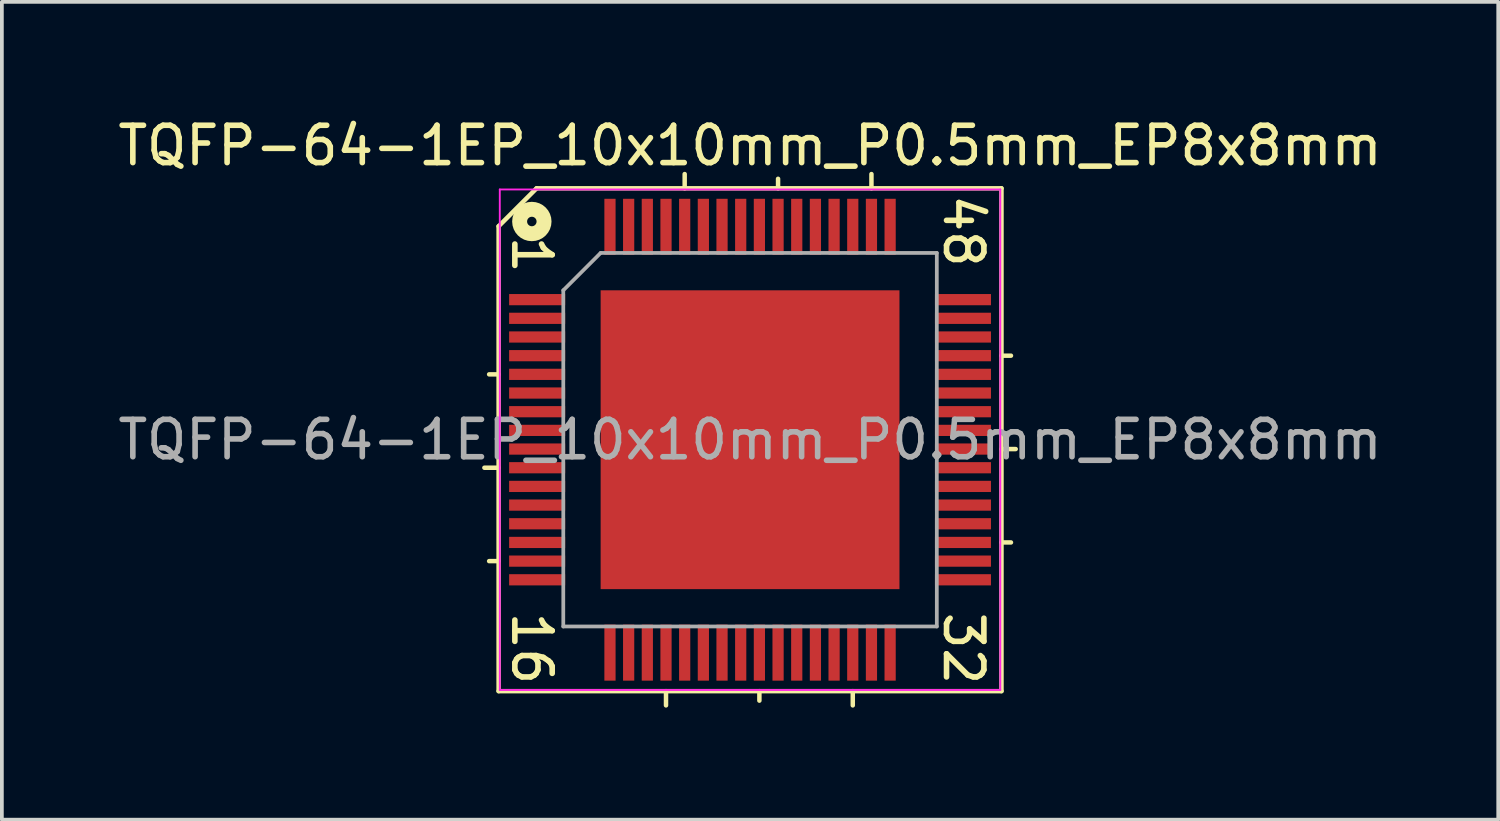
<source format=kicad_pcb>
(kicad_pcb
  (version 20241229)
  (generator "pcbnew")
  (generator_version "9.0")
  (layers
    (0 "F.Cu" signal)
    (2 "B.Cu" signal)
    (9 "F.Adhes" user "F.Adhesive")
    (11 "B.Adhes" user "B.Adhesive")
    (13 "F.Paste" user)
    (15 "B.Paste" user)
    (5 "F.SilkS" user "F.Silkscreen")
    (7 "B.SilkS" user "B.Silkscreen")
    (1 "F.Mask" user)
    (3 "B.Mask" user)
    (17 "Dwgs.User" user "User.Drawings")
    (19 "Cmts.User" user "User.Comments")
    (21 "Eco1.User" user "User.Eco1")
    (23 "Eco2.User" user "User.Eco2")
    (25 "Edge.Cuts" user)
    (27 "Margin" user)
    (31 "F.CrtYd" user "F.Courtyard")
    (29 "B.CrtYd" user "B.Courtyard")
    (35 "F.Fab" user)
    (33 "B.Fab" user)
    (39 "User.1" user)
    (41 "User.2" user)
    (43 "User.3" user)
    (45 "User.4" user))
  (footprint "TQFP-64-1EP_10x10mm_P0.5mm_EP8x8mm"
    (layer "F.Cu")
    (at 17.03 8.722)
    (property "Reference" "TQFP-64-1EP_10x10mm_P0.5mm_EP8x8mm" (at 0 -7.874 0) (layer "F.SilkS") (effects (font (size 1 1) (thickness 0.15))))
    (attr smd)
    (fp_line (start -6.731 -5.715) (end -6.731 6.731) (stroke (width 0.12) (type solid)) (layer "F.SilkS"))
    (fp_line (start -6.731 -1.75) (end -6.985 -1.75) (stroke (width 0.12) (type solid)) (layer "F.SilkS"))
    (fp_line (start -6.731 0.75) (end -7.112 0.75) (stroke (width 0.12) (type solid)) (layer "F.SilkS"))
    (fp_line (start -6.731 3.25) (end -6.985 3.25) (stroke (width 0.12) (type solid)) (layer "F.SilkS"))
    (fp_line (start -6.731 6.731) (end 6.731 6.731) (stroke (width 0.12) (type solid)) (layer "F.SilkS"))
    (fp_line (start -5.715 -6.731) (end -6.731 -5.715) (stroke (width 0.12) (type solid)) (layer "F.SilkS"))
    (fp_line (start -2.25 6.731) (end -2.25 7.112) (stroke (width 0.12) (type solid)) (layer "F.SilkS"))
    (fp_line (start -1.75 -6.731) (end -1.75 -7.112) (stroke (width 0.12) (type solid)) (layer "F.SilkS"))
    (fp_line (start 0.25 6.731) (end 0.25 6.985) (stroke (width 0.12) (type solid)) (layer "F.SilkS"))
    (fp_line (start 0.75 -6.731) (end 0.75 -6.985) (stroke (width 0.12) (type solid)) (layer "F.SilkS"))
    (fp_line (start 2.75 7.112) (end 2.75 6.731) (stroke (width 0.12) (type solid)) (layer "F.SilkS"))
    (fp_line (start 3.25 -6.731) (end 3.25 -7.112) (stroke (width 0.12) (type solid)) (layer "F.SilkS"))
    (fp_line (start 6.731 -6.731) (end -5.715 -6.731) (stroke (width 0.12) (type solid)) (layer "F.SilkS"))
    (fp_line (start 6.731 -2.25) (end 6.985 -2.25) (stroke (width 0.12) (type solid)) (layer "F.SilkS"))
    (fp_line (start 6.731 0.25) (end 7.112 0.25) (stroke (width 0.12) (type solid)) (layer "F.SilkS"))
    (fp_line (start 6.731 2.75) (end 6.985 2.75) (stroke (width 0.12) (type solid)) (layer "F.SilkS"))
    (fp_line (start 6.731 6.731) (end 6.731 -6.731) (stroke (width 0.12) (type solid)) (layer "F.SilkS"))
    (fp_circle (center -5.842 -5.842) (end -5.715 -5.842) (stroke (width 0.4) (type solid)) (fill no) (layer "F.SilkS"))
    (fp_line (start -6.7 -6.7) (end -6.7 6.7) (stroke (width 0.05) (type solid)) (layer "F.CrtYd"))
    (fp_line (start -6.7 -6.7) (end 6.7 -6.7) (stroke (width 0.05) (type solid)) (layer "F.CrtYd"))
    (fp_line (start -6.7 6.7) (end 6.7 6.7) (stroke (width 0.05) (type solid)) (layer "F.CrtYd"))
    (fp_line (start 6.7 -6.7) (end 6.7 6.7) (stroke (width 0.05) (type solid)) (layer "F.CrtYd"))
    (fp_line (start -5 -4) (end -4 -5) (stroke (width 0.1) (type solid)) (layer "F.Fab"))
    (fp_line (start -5 5) (end -5 -4) (stroke (width 0.1) (type solid)) (layer "F.Fab"))
    (fp_line (start -4 -5) (end 5 -5) (stroke (width 0.1) (type solid)) (layer "F.Fab"))
    (fp_line (start 5 -5) (end 5 5) (stroke (width 0.1) (type solid)) (layer "F.Fab"))
    (fp_line (start 5 5) (end -5 5) (stroke (width 0.1) (type solid)) (layer "F.Fab"))
    (fp_text user "48" (at 5.715 -5.588 270) (unlocked yes) (layer "F.SilkS") (effects (font (size 1 1) (thickness 0.15))))
    (fp_text user "16" (at -5.842 5.588 270) (unlocked yes) (layer "F.SilkS") (effects (font (size 1 1) (thickness 0.15))))
    (fp_text user "1" (at -5.842 -4.953 270) (unlocked yes) (layer "F.SilkS") (effects (font (size 1 1) (thickness 0.15))))
    (fp_text user "32" (at 5.715 5.588 270) (unlocked yes) (layer "F.SilkS") (effects (font (size 1 1) (thickness 0.15))))
    (fp_text user "${REFERENCE}" (at 0 0 0) (layer "F.Fab") (effects (font (size 1 1) (thickness 0.15))))
    (pad "" smd rect (at -3.2 -3.2) (size 1.24 1.24) (layers "F.Paste"))
    (pad "" smd rect (at -3.2 -1.6) (size 1.24 1.24) (layers "F.Paste"))
    (pad "" smd rect (at -3.2 0) (size 1.24 1.24) (layers "F.Paste"))
    (pad "" smd rect (at -3.2 1.6) (size 1.24 1.24) (layers "F.Paste"))
    (pad "" smd rect (at -3.2 3.2) (size 1.24 1.24) (layers "F.Paste"))
    (pad "" smd rect (at -1.6 -3.2) (size 1.24 1.24) (layers "F.Paste"))
    (pad "" smd rect (at -1.6 -1.6) (size 1.24 1.24) (layers "F.Paste"))
    (pad "" smd rect (at -1.6 0) (size 1.24 1.24) (layers "F.Paste"))
    (pad "" smd rect (at -1.6 1.6) (size 1.24 1.24) (layers "F.Paste"))
    (pad "" smd rect (at -1.6 3.2) (size 1.24 1.24) (layers "F.Paste"))
    (pad "" smd rect (at 0 -3.2) (size 1.24 1.24) (layers "F.Paste"))
    (pad "" smd rect (at 0 -1.6) (size 1.24 1.24) (layers "F.Paste"))
    (pad "" smd rect (at 0 0) (size 1.24 1.24) (layers "F.Paste"))
    (pad "" smd rect (at 0 1.6) (size 1.24 1.24) (layers "F.Paste"))
    (pad "" smd rect (at 0 3.2) (size 1.24 1.24) (layers "F.Paste"))
    (pad "" smd rect (at 1.6 -3.2) (size 1.24 1.24) (layers "F.Paste"))
    (pad "" smd rect (at 1.6 -1.6) (size 1.24 1.24) (layers "F.Paste"))
    (pad "" smd rect (at 1.6 0) (size 1.24 1.24) (layers "F.Paste"))
    (pad "" smd rect (at 1.6 1.6) (size 1.24 1.24) (layers "F.Paste"))
    (pad "" smd rect (at 1.6 3.2) (size 1.24 1.24) (layers "F.Paste"))
    (pad "" smd rect (at 3.2 -3.2) (size 1.24 1.24) (layers "F.Paste"))
    (pad "" smd rect (at 3.2 -1.6) (size 1.24 1.24) (layers "F.Paste"))
    (pad "" smd rect (at 3.2 0) (size 1.24 1.24) (layers "F.Paste"))
    (pad "" smd rect (at 3.2 1.6) (size 1.24 1.24) (layers "F.Paste"))
    (pad "" smd rect (at 3.2 3.2) (size 1.24 1.24) (layers "F.Paste"))
    (pad "1" smd rect (at -5.7 -3.75) (size 1.5 0.3) (layers "F.Cu" "F.Mask" "F.Paste"))
    (pad "2" smd rect (at -5.7 -3.25) (size 1.5 0.3) (layers "F.Cu" "F.Mask" "F.Paste"))
    (pad "3" smd rect (at -5.7 -2.75) (size 1.5 0.3) (layers "F.Cu" "F.Mask" "F.Paste"))
    (pad "4" smd rect (at -5.7 -2.25) (size 1.5 0.3) (layers "F.Cu" "F.Mask" "F.Paste"))
    (pad "5" smd rect (at -5.7 -1.75) (size 1.5 0.3) (layers "F.Cu" "F.Mask" "F.Paste"))
    (pad "6" smd rect (at -5.7 -1.25) (size 1.5 0.3) (layers "F.Cu" "F.Mask" "F.Paste"))
    (pad "7" smd rect (at -5.7 -0.75) (size 1.5 0.3) (layers "F.Cu" "F.Mask" "F.Paste"))
    (pad "8" smd rect (at -5.7 -0.25) (size 1.5 0.3) (layers "F.Cu" "F.Mask" "F.Paste"))
    (pad "9" smd rect (at -5.7 0.25) (size 1.5 0.3) (layers "F.Cu" "F.Mask" "F.Paste"))
    (pad "10" smd rect (at -5.7 0.75) (size 1.5 0.3) (layers "F.Cu" "F.Mask" "F.Paste"))
    (pad "11" smd rect (at -5.7 1.25) (size 1.5 0.3) (layers "F.Cu" "F.Mask" "F.Paste"))
    (pad "12" smd rect (at -5.7 1.75) (size 1.5 0.3) (layers "F.Cu" "F.Mask" "F.Paste"))
    (pad "13" smd rect (at -5.7 2.25) (size 1.5 0.3) (layers "F.Cu" "F.Mask" "F.Paste"))
    (pad "14" smd rect (at -5.7 2.75) (size 1.5 0.3) (layers "F.Cu" "F.Mask" "F.Paste"))
    (pad "15" smd rect (at -5.7 3.25) (size 1.5 0.3) (layers "F.Cu" "F.Mask" "F.Paste"))
    (pad "16" smd rect (at -5.7 3.75) (size 1.5 0.3) (layers "F.Cu" "F.Mask" "F.Paste"))
    (pad "17" smd rect (at -3.75 5.7 90) (size 1.5 0.3) (layers "F.Cu" "F.Mask" "F.Paste"))
    (pad "18" smd rect (at -3.25 5.7 90) (size 1.5 0.3) (layers "F.Cu" "F.Mask" "F.Paste"))
    (pad "19" smd rect (at -2.75 5.7 90) (size 1.5 0.3) (layers "F.Cu" "F.Mask" "F.Paste"))
    (pad "20" smd rect (at -2.25 5.7 90) (size 1.5 0.3) (layers "F.Cu" "F.Mask" "F.Paste"))
    (pad "21" smd rect (at -1.75 5.7 90) (size 1.5 0.3) (layers "F.Cu" "F.Mask" "F.Paste"))
    (pad "22" smd rect (at -1.25 5.7 90) (size 1.5 0.3) (layers "F.Cu" "F.Mask" "F.Paste"))
    (pad "23" smd rect (at -0.75 5.7 90) (size 1.5 0.3) (layers "F.Cu" "F.Mask" "F.Paste"))
    (pad "24" smd rect (at -0.25 5.7 90) (size 1.5 0.3) (layers "F.Cu" "F.Mask" "F.Paste"))
    (pad "25" smd rect (at 0.25 5.7 90) (size 1.5 0.3) (layers "F.Cu" "F.Mask" "F.Paste"))
    (pad "26" smd rect (at 0.75 5.7 90) (size 1.5 0.3) (layers "F.Cu" "F.Mask" "F.Paste"))
    (pad "27" smd rect (at 1.25 5.7 90) (size 1.5 0.3) (layers "F.Cu" "F.Mask" "F.Paste"))
    (pad "28" smd rect (at 1.75 5.7 90) (size 1.5 0.3) (layers "F.Cu" "F.Mask" "F.Paste"))
    (pad "29" smd rect (at 2.25 5.7 90) (size 1.5 0.3) (layers "F.Cu" "F.Mask" "F.Paste"))
    (pad "30" smd rect (at 2.75 5.7 90) (size 1.5 0.3) (layers "F.Cu" "F.Mask" "F.Paste"))
    (pad "31" smd rect (at 3.25 5.7 90) (size 1.5 0.3) (layers "F.Cu" "F.Mask" "F.Paste"))
    (pad "32" smd rect (at 3.75 5.7 90) (size 1.5 0.3) (layers "F.Cu" "F.Mask" "F.Paste"))
    (pad "33" smd rect (at 5.7 3.75) (size 1.5 0.3) (layers "F.Cu" "F.Mask" "F.Paste"))
    (pad "34" smd rect (at 5.7 3.25) (size 1.5 0.3) (layers "F.Cu" "F.Mask" "F.Paste"))
    (pad "35" smd rect (at 5.7 2.75) (size 1.5 0.3) (layers "F.Cu" "F.Mask" "F.Paste"))
    (pad "36" smd rect (at 5.7 2.25) (size 1.5 0.3) (layers "F.Cu" "F.Mask" "F.Paste"))
    (pad "37" smd rect (at 5.7 1.75) (size 1.5 0.3) (layers "F.Cu" "F.Mask" "F.Paste"))
    (pad "38" smd rect (at 5.7 1.25) (size 1.5 0.3) (layers "F.Cu" "F.Mask" "F.Paste"))
    (pad "39" smd rect (at 5.7 0.75) (size 1.5 0.3) (layers "F.Cu" "F.Mask" "F.Paste"))
    (pad "40" smd rect (at 5.7 0.25) (size 1.5 0.3) (layers "F.Cu" "F.Mask" "F.Paste"))
    (pad "41" smd rect (at 5.7 -0.25) (size 1.5 0.3) (layers "F.Cu" "F.Mask" "F.Paste"))
    (pad "42" smd rect (at 5.7 -0.75) (size 1.5 0.3) (layers "F.Cu" "F.Mask" "F.Paste"))
    (pad "43" smd rect (at 5.7 -1.25) (size 1.5 0.3) (layers "F.Cu" "F.Mask" "F.Paste"))
    (pad "44" smd rect (at 5.7 -1.75) (size 1.5 0.3) (layers "F.Cu" "F.Mask" "F.Paste"))
    (pad "45" smd rect (at 5.7 -2.25) (size 1.5 0.3) (layers "F.Cu" "F.Mask" "F.Paste"))
    (pad "46" smd rect (at 5.7 -2.75) (size 1.5 0.3) (layers "F.Cu" "F.Mask" "F.Paste"))
    (pad "47" smd rect (at 5.7 -3.25) (size 1.5 0.3) (layers "F.Cu" "F.Mask" "F.Paste"))
    (pad "48" smd rect (at 5.7 -3.75) (size 1.5 0.3) (layers "F.Cu" "F.Mask" "F.Paste"))
    (pad "49" smd rect (at 3.75 -5.7 90) (size 1.5 0.3) (layers "F.Cu" "F.Mask" "F.Paste"))
    (pad "50" smd rect (at 3.25 -5.7 90) (size 1.5 0.3) (layers "F.Cu" "F.Mask" "F.Paste"))
    (pad "51" smd rect (at 2.75 -5.7 90) (size 1.5 0.3) (layers "F.Cu" "F.Mask" "F.Paste"))
    (pad "52" smd rect (at 2.25 -5.7 90) (size 1.5 0.3) (layers "F.Cu" "F.Mask" "F.Paste"))
    (pad "53" smd rect (at 1.75 -5.7 90) (size 1.5 0.3) (layers "F.Cu" "F.Mask" "F.Paste"))
    (pad "54" smd rect (at 1.25 -5.7 90) (size 1.5 0.3) (layers "F.Cu" "F.Mask" "F.Paste"))
    (pad "55" smd rect (at 0.75 -5.7 90) (size 1.5 0.3) (layers "F.Cu" "F.Mask" "F.Paste"))
    (pad "56" smd rect (at 0.25 -5.7 90) (size 1.5 0.3) (layers "F.Cu" "F.Mask" "F.Paste"))
    (pad "57" smd rect (at -0.25 -5.7 90) (size 1.5 0.3) (layers "F.Cu" "F.Mask" "F.Paste"))
    (pad "58" smd rect (at -0.75 -5.7 90) (size 1.5 0.3) (layers "F.Cu" "F.Mask" "F.Paste"))
    (pad "59" smd rect (at -1.25 -5.7 90) (size 1.5 0.3) (layers "F.Cu" "F.Mask" "F.Paste"))
    (pad "60" smd rect (at -1.75 -5.7 90) (size 1.5 0.3) (layers "F.Cu" "F.Mask" "F.Paste"))
    (pad "61" smd rect (at -2.25 -5.7 90) (size 1.5 0.3) (layers "F.Cu" "F.Mask" "F.Paste"))
    (pad "62" smd rect (at -2.75 -5.7 90) (size 1.5 0.3) (layers "F.Cu" "F.Mask" "F.Paste"))
    (pad "63" smd rect (at -3.25 -5.7 90) (size 1.5 0.3) (layers "F.Cu" "F.Mask" "F.Paste"))
    (pad "64" smd rect (at -3.75 -5.7 90) (size 1.5 0.3) (layers "F.Cu" "F.Mask" "F.Paste"))
    (pad "65" smd rect (at 0 0) (size 8 8) (layers "F.Cu" "F.Mask")))
  (gr_rect
    (start -3 -3)
    (end 37.06 18.894)
    (stroke (width 0.1) (type default))
    (fill no)
    (layer "Edge.Cuts")))
</source>
